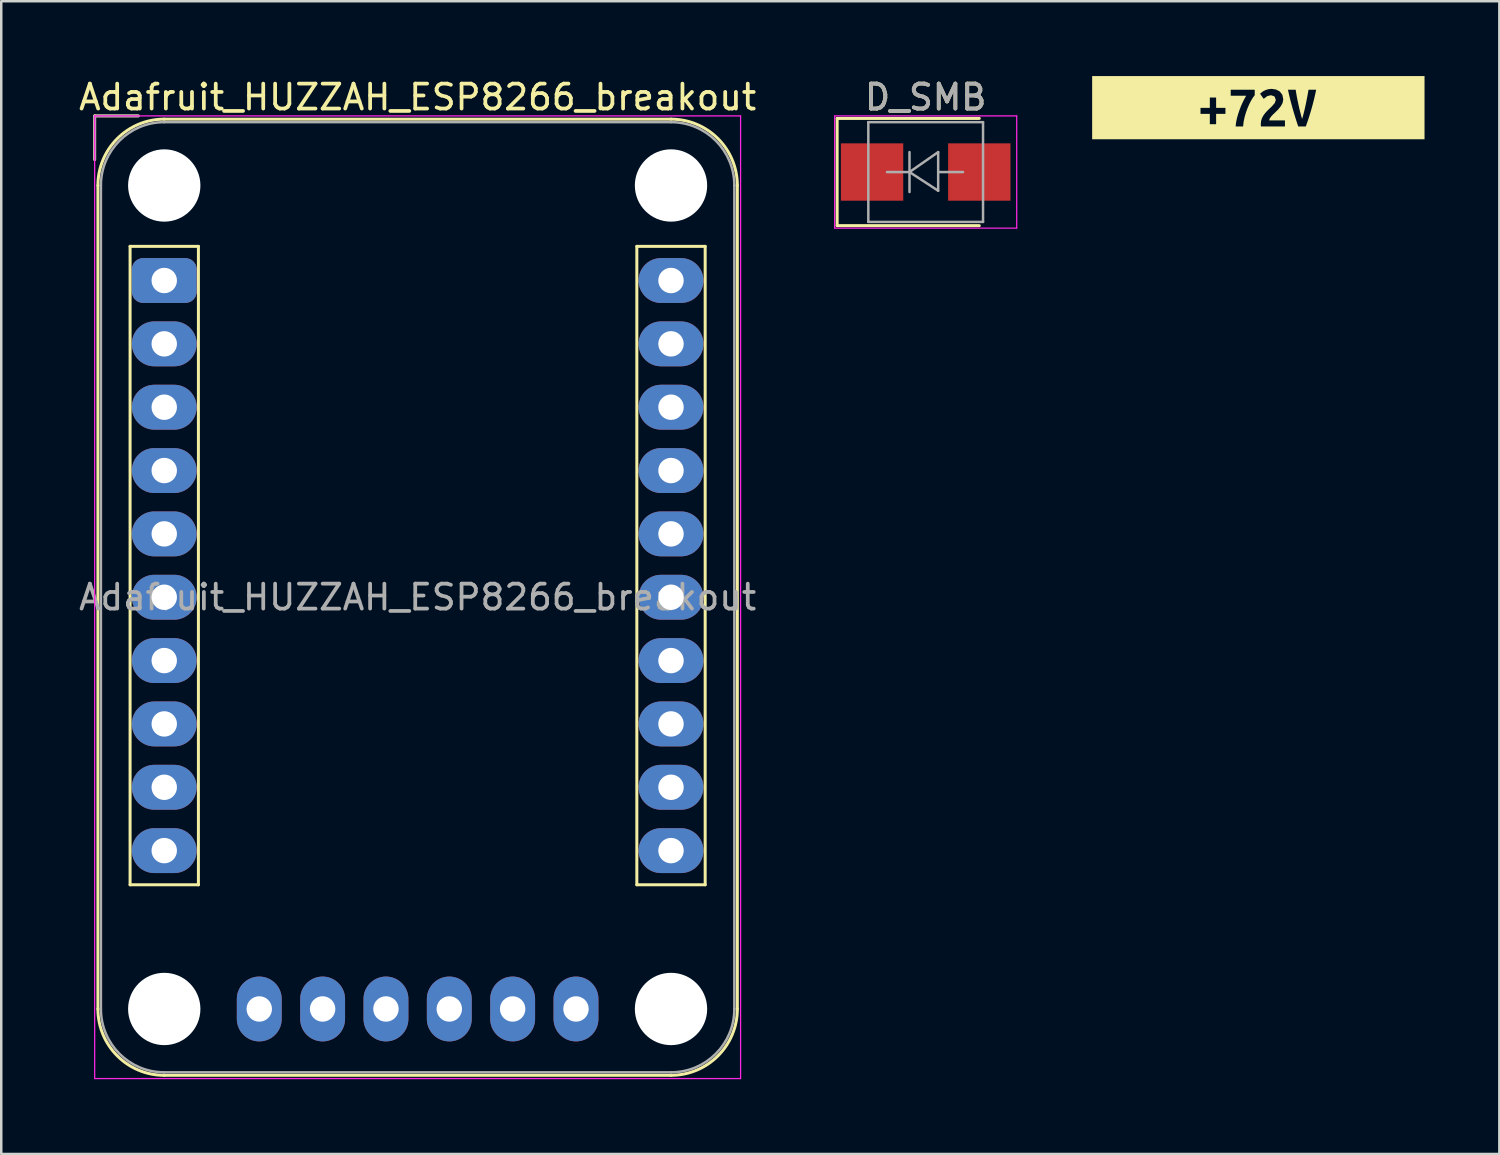
<source format=kicad_pcb>
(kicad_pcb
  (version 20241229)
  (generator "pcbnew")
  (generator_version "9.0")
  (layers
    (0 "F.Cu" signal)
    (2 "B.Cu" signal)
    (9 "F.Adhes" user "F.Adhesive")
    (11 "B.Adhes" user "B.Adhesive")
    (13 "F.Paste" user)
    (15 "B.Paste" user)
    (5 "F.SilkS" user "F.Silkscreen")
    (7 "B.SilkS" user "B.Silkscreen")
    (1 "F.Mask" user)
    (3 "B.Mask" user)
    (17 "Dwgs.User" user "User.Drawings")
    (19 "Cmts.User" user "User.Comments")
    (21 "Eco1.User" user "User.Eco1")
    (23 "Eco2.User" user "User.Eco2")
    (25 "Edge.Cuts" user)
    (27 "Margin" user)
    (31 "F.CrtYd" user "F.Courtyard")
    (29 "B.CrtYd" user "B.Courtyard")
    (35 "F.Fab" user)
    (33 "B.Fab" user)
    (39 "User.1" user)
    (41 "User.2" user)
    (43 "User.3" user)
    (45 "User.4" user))
  (footprint "label_72V"
    (layer "F.Cu")
    (at 47.407 1.267)
    (property "Reference" "label_72V" (at 0 -1.267 180) (layer "F.SilkS") (effects (font (size 0.001 0.001) (thickness 0.000003))))
    (attr exclude_from_pos_files exclude_from_bom)
    (fp_poly (pts (xy -6.152 -1.266) (xy -2.319 0.008) (xy -1.945 0.008) (xy -1.945 -0.406) (xy -1.693 -0.406) (xy -1.693 0.008) (xy -1.319 0.008) (xy -1.319 0.249) (xy -1.693 0.249) (xy -0.91 0.754) (xy -0.894 0.597) (xy -0.86 0.431) (xy -0.812 0.262) (xy -0.756 0.094) (xy -0.693 -0.068) (xy -0.624 -0.221) (xy -0.554 -0.36) (xy -0.488 -0.477) (xy -1.107 -0.477) (xy -1.107 -0.72) (xy -0.145 -0.72) (xy -0.145 -0.499) (xy -0.213 -0.41) (xy -0.286 -0.292) (xy -0.36 -0.149) (xy 0.658 -0.185) (xy 0.702 -0.311) (xy 0.648 -0.45) (xy 0.51 -0.499) (xy 0.364 -0.466) (xy 0.214 -0.354) (xy 0.069 -0.558) (xy 0.172 -0.645) (xy 0.289 -0.706) (xy 0.414 -0.742) (xy 0.538 -0.754) (xy 0.712 -0.727) (xy 0.86 -0.649) (xy 0.962 -0.517) (xy 1 -0.332) (xy 0.972 -0.186) (xy 0.895 -0.049) (xy 0.788 0.08) (xy 0.667 0.199) (xy 0.595 0.267) (xy 0.519 0.348) (xy 0.458 0.432) (xy 0.433 0.511) (xy 1.067 0.511) (xy 1.067 0.754) (xy 0.105 0.754) (xy 0.099 0.694) (xy 0.1 0.644) (xy 0.111 0.53) (xy 0.144 0.425) (xy 0.194 0.329) (xy 0.256 0.241) (xy 0.326 0.159) (xy 0.401 0.083) (xy 0.476 0.012) (xy 0.546 -0.056) (xy 0.658 -0.185) (xy -0.36 -0.149) (xy -0.43 0.011) (xy -0.494 0.185) (xy -0.549 0.371) (xy -0.59 0.563) (xy -0.612 0.754) (xy -0.91 0.754) (xy -1.693 0.249) (xy -1.693 0.663) (xy -1.945 0.663) (xy -1.945 0.249) (xy -2.319 0.249) (xy -2.319 0.008) (xy -6.152 -1.266) (xy -6.664 -1.266) (xy -6.664 1.266) (xy 1.6 0.754) (xy 1.541 0.579) (xy 1.479 0.382) (xy 1.437 0.244) (xy 1.396 0.106) (xy 1.357 -0.031) (xy 1.321 -0.166) (xy 1.286 -0.296) (xy 1.255 -0.42) (xy 1.216 -0.587) (xy 1.188 -0.72) (xy 1.498 -0.72) (xy 1.516 -0.597) (xy 1.541 -0.455) (xy 1.571 -0.301) (xy 1.604 -0.143) (xy 1.639 0.017) (xy 1.678 0.174) (xy 1.717 0.322) (xy 1.755 0.454) (xy 1.793 0.324) (xy 1.831 0.176) (xy 1.868 0.019) (xy 1.903 -0.14) (xy 1.935 -0.299) (xy 1.965 -0.454) (xy 1.991 -0.597) (xy 2.012 -0.72) (xy 2.319 -0.72) (xy 2.287 -0.569) (xy 2.249 -0.401) (xy 2.204 -0.221) (xy 2.154 -0.031) (xy 2.117 0.099) (xy 2.078 0.231) (xy 2.036 0.364) (xy 1.993 0.497) (xy 1.948 0.627) (xy 1.903 0.754) (xy 1.6 0.754) (xy -6.664 1.266) (xy -6.152 1.266) (xy 6.152 1.266) (xy 6.664 1.266) (xy 6.664 -1.266) (xy 6.152 -1.266) (xy -6.152 -1.266)) (stroke (width 0) (type solid)) (fill yes) (layer "F.SilkS")))
  (footprint "Adafruit_HUZZAH_ESP8266_breakout"
    (layer "F.Cu")
    (at 3.536 8.198)
    (property "Reference" "Adafruit_HUZZAH_ESP8266_breakout" (at 10.16 -7.35 0) (layer "F.SilkS") (effects (font (size 1 1) (thickness 0.15))))
    (attr through_hole)
    (fp_line (start -2.79 -6.6) (end -1.04 -6.6) (stroke (width 0.12) (type solid)) (layer "F.SilkS"))
    (fp_line (start -2.79 -4.85) (end -2.79 -6.6) (stroke (width 0.12) (type solid)) (layer "F.SilkS"))
    (fp_line (start -2.66 -3.81) (end -2.66 29.21) (stroke (width 0.12) (type solid)) (layer "F.SilkS"))
    (fp_line (start -1.37 -1.37) (end -1.37 24.23) (stroke (width 0.12) (type solid)) (layer "F.SilkS"))
    (fp_line (start -1.37 24.23) (end 1.37 24.23) (stroke (width 0.12) (type solid)) (layer "F.SilkS"))
    (fp_line (start 0 -6.47) (end 20.32 -6.47) (stroke (width 0.12) (type solid)) (layer "F.SilkS"))
    (fp_line (start 0 31.87) (end 20.32 31.87) (stroke (width 0.12) (type solid)) (layer "F.SilkS"))
    (fp_line (start 1.37 -1.37) (end -1.37 -1.37) (stroke (width 0.12) (type solid)) (layer "F.SilkS"))
    (fp_line (start 1.37 24.23) (end 1.37 -1.37) (stroke (width 0.12) (type solid)) (layer "F.SilkS"))
    (fp_line (start 18.95 -1.37) (end 18.95 24.23) (stroke (width 0.12) (type solid)) (layer "F.SilkS"))
    (fp_line (start 18.95 24.23) (end 21.69 24.23) (stroke (width 0.12) (type solid)) (layer "F.SilkS"))
    (fp_line (start 21.69 -1.37) (end 18.95 -1.37) (stroke (width 0.12) (type solid)) (layer "F.SilkS"))
    (fp_line (start 21.69 24.23) (end 21.69 -1.37) (stroke (width 0.12) (type solid)) (layer "F.SilkS"))
    (fp_line (start 22.98 -3.81) (end 22.98 29.21) (stroke (width 0.12) (type solid)) (layer "F.SilkS"))
    (fp_arc (start -2.66 -3.81) (mid -1.880904 -5.690904) (end 0 -6.47) (stroke (width 0.12) (type solid)) (layer "F.SilkS"))
    (fp_arc (start 0 31.87) (mid -1.880904 31.090904) (end -2.66 29.21) (stroke (width 0.12) (type solid)) (layer "F.SilkS"))
    (fp_arc (start 20.32 -6.47) (mid 22.200904 -5.690904) (end 22.98 -3.81) (stroke (width 0.12) (type solid)) (layer "F.SilkS"))
    (fp_arc (start 22.98 29.21) (mid 22.200904 31.090904) (end 20.32 31.87) (stroke (width 0.12) (type solid)) (layer "F.SilkS"))
    (fp_line (start -2.79 -6.6) (end -2.79 32) (stroke (width 0.05) (type solid)) (layer "F.CrtYd"))
    (fp_line (start -2.79 32) (end 23.11 32) (stroke (width 0.05) (type solid)) (layer "F.CrtYd"))
    (fp_line (start 23.11 -6.6) (end -2.79 -6.6) (stroke (width 0.05) (type solid)) (layer "F.CrtYd"))
    (fp_line (start 23.11 32) (end 23.11 -6.6) (stroke (width 0.05) (type solid)) (layer "F.CrtYd"))
    (fp_line (start -2.79 -6.6) (end -1.04 -6.6) (stroke (width 0.1) (type solid)) (layer "F.Fab"))
    (fp_line (start -2.79 -4.85) (end -2.79 -6.6) (stroke (width 0.1) (type solid)) (layer "F.Fab"))
    (fp_line (start -2.54 -3.81) (end -2.54 29.21) (stroke (width 0.1) (type solid)) (layer "F.Fab"))
    (fp_line (start 0 -6.35) (end 20.32 -6.35) (stroke (width 0.1) (type solid)) (layer "F.Fab"))
    (fp_line (start 0 31.75) (end 20.32 31.75) (stroke (width 0.1) (type solid)) (layer "F.Fab"))
    (fp_line (start 22.86 -3.81) (end 22.86 29.21) (stroke (width 0.1) (type solid)) (layer "F.Fab"))
    (fp_arc (start -2.54 -3.81) (mid -1.796051 -5.606051) (end 0 -6.35) (stroke (width 0.1) (type solid)) (layer "F.Fab"))
    (fp_arc (start 0 31.75) (mid -1.796051 31.006051) (end -2.54 29.21) (stroke (width 0.1) (type solid)) (layer "F.Fab"))
    (fp_arc (start 20.32 -6.35) (mid 22.116051 -5.606051) (end 22.86 -3.81) (stroke (width 0.1) (type solid)) (layer "F.Fab"))
    (fp_arc (start 22.86 29.21) (mid 22.116051 31.006051) (end 20.32 31.75) (stroke (width 0.1) (type solid)) (layer "F.Fab"))
    (fp_text user "${REFERENCE}" (at 10.16 12.7 0) (layer "F.Fab") (effects (font (size 1 1) (thickness 0.15))))
    (pad "" np_thru_hole circle (at 0 -3.81) (size 2.9 2.9) (drill 2.9) (layers "*.Cu" "*.Mask"))
    (pad "" np_thru_hole circle (at 0 29.21) (size 2.9 2.9) (drill 2.9) (layers "*.Cu" "*.Mask"))
    (pad "" np_thru_hole circle (at 20.32 -3.81) (size 2.9 2.9) (drill 2.9) (layers "*.Cu" "*.Mask"))
    (pad "" np_thru_hole circle (at 20.32 29.21) (size 2.9 2.9) (drill 2.9) (layers "*.Cu" "*.Mask"))
    (pad "1" thru_hole roundrect (at 0 0) (size 2.6 1.8) (drill 1.02) (layers "*.Cu" "*.Mask") (roundrect_rratio 0.25))
    (pad "2" thru_hole oval (at 0 2.54) (size 2.6 1.8) (drill 1.02) (layers "*.Cu" "*.Mask"))
    (pad "3" thru_hole oval (at 0 5.08) (size 2.6 1.8) (drill 1.02) (layers "*.Cu" "*.Mask"))
    (pad "4" thru_hole oval (at 0 7.62) (size 2.6 1.8) (drill 1.02) (layers "*.Cu" "*.Mask"))
    (pad "5" thru_hole oval (at 0 10.16) (size 2.6 1.8) (drill 1.02) (layers "*.Cu" "*.Mask"))
    (pad "6" thru_hole oval (at 0 12.7) (size 2.6 1.8) (drill 1.02) (layers "*.Cu" "*.Mask"))
    (pad "7" thru_hole oval (at 0 15.24) (size 2.6 1.8) (drill 1.02) (layers "*.Cu" "*.Mask"))
    (pad "8" thru_hole oval (at 0 17.78) (size 2.6 1.8) (drill 1.02) (layers "*.Cu" "*.Mask"))
    (pad "9" thru_hole oval (at 0 20.32) (size 2.6 1.8) (drill 1.02) (layers "*.Cu" "*.Mask"))
    (pad "10" thru_hole oval (at 0 22.86) (size 2.6 1.8) (drill 1.02) (layers "*.Cu" "*.Mask"))
    (pad "11" thru_hole oval (at 20.32 22.86) (size 2.6 1.8) (drill 1.02) (layers "*.Cu" "*.Mask"))
    (pad "12" thru_hole oval (at 20.32 20.32) (size 2.6 1.8) (drill 1.02) (layers "*.Cu" "*.Mask"))
    (pad "13" thru_hole oval (at 20.32 17.78) (size 2.6 1.8) (drill 1.02) (layers "*.Cu" "*.Mask"))
    (pad "14" thru_hole oval (at 20.32 15.24) (size 2.6 1.8) (drill 1.02) (layers "*.Cu" "*.Mask"))
    (pad "15" thru_hole oval (at 20.32 12.7) (size 2.6 1.8) (drill 1.02) (layers "*.Cu" "*.Mask"))
    (pad "16" thru_hole oval (at 20.32 10.16) (size 2.6 1.8) (drill 1.02) (layers "*.Cu" "*.Mask"))
    (pad "17" thru_hole oval (at 20.32 7.62) (size 2.6 1.8) (drill 1.02) (layers "*.Cu" "*.Mask"))
    (pad "18" thru_hole oval (at 20.32 5.08) (size 2.6 1.8) (drill 1.02) (layers "*.Cu" "*.Mask"))
    (pad "19" thru_hole oval (at 20.32 2.54) (size 2.6 1.8) (drill 1.02) (layers "*.Cu" "*.Mask"))
    (pad "20" thru_hole oval (at 20.32 0) (size 2.6 1.8) (drill 1.02) (layers "*.Cu" "*.Mask"))
    (pad "21" thru_hole oval (at 3.81 29.21) (size 1.8 2.6) (drill 1.02) (layers "*.Cu" "*.Mask"))
    (pad "22" thru_hole oval (at 6.35 29.21) (size 1.8 2.6) (drill 1.02) (layers "*.Cu" "*.Mask"))
    (pad "23" thru_hole oval (at 8.89 29.21) (size 1.8 2.6) (drill 1.02) (layers "*.Cu" "*.Mask"))
    (pad "24" thru_hole oval (at 11.43 29.21) (size 1.8 2.6) (drill 1.02) (layers "*.Cu" "*.Mask"))
    (pad "25" thru_hole oval (at 13.97 29.21) (size 1.8 2.6) (drill 1.02) (layers "*.Cu" "*.Mask"))
    (pad "26" thru_hole oval (at 16.51 29.21) (size 1.8 2.6) (drill 1.02) (layers "*.Cu" "*.Mask")))
  (footprint "D_SMB"
    (layer "F.Cu")
    (at 34.068 3.848)
    (property "Reference" "D_SMB" (at 0 -3 0) (layer "F.SilkS") (effects (font (size 1 1) (thickness 0.15))))
    (attr smd)
    (fp_line (start -3.55 -2.15) (end -3.55 2.15) (stroke (width 0.12) (type solid)) (layer "F.SilkS"))
    (fp_line (start -3.55 -2.15) (end 2.15 -2.15) (stroke (width 0.12) (type solid)) (layer "F.SilkS"))
    (fp_line (start -3.55 2.15) (end 2.15 2.15) (stroke (width 0.12) (type solid)) (layer "F.SilkS"))
    (fp_line (start -3.65 -2.25) (end 3.65 -2.25) (stroke (width 0.05) (type solid)) (layer "F.CrtYd"))
    (fp_line (start -3.65 2.25) (end -3.65 -2.25) (stroke (width 0.05) (type solid)) (layer "F.CrtYd"))
    (fp_line (start 3.65 -2.25) (end 3.65 2.25) (stroke (width 0.05) (type solid)) (layer "F.CrtYd"))
    (fp_line (start 3.65 2.25) (end -3.65 2.25) (stroke (width 0.05) (type solid)) (layer "F.CrtYd"))
    (fp_line (start -2.3 2) (end -2.3 -2) (stroke (width 0.1) (type solid)) (layer "F.Fab"))
    (fp_line (start -0.649 -0.799) (end -0.649 0.801) (stroke (width 0.1) (type solid)) (layer "F.Fab"))
    (fp_line (start -0.649 0.001) (end -1.551 0.001) (stroke (width 0.1) (type solid)) (layer "F.Fab"))
    (fp_line (start -0.649 0.001) (end 0.501 -0.799) (stroke (width 0.1) (type solid)) (layer "F.Fab"))
    (fp_line (start -0.649 0.001) (end 0.501 0.75) (stroke (width 0.1) (type solid)) (layer "F.Fab"))
    (fp_line (start 0.501 0.001) (end 1.499 0.001) (stroke (width 0.1) (type solid)) (layer "F.Fab"))
    (fp_line (start 0.501 0.75) (end 0.501 -0.799) (stroke (width 0.1) (type solid)) (layer "F.Fab"))
    (fp_line (start 2.3 -2) (end -2.3 -2) (stroke (width 0.1) (type solid)) (layer "F.Fab"))
    (fp_line (start 2.3 -2) (end 2.3 2) (stroke (width 0.1) (type solid)) (layer "F.Fab"))
    (fp_line (start 2.3 2) (end -2.3 2) (stroke (width 0.1) (type solid)) (layer "F.Fab"))
    (fp_text user "${REFERENCE}" (at 0 -3 0) (layer "F.Fab") (effects (font (size 1 1) (thickness 0.15))))
    (pad "1" smd rect (at -2.15 0) (size 2.5 2.3) (layers "F.Cu" "F.Mask" "F.Paste"))
    (pad "2" smd rect (at 2.15 0) (size 2.5 2.3) (layers "F.Cu" "F.Mask" "F.Paste")))
  (gr_rect
    (start -3 -3)
    (end 57.071 43.223)
    (stroke (width 0.1) (type default))
    (fill no)
    (layer "Edge.Cuts")))
</source>
